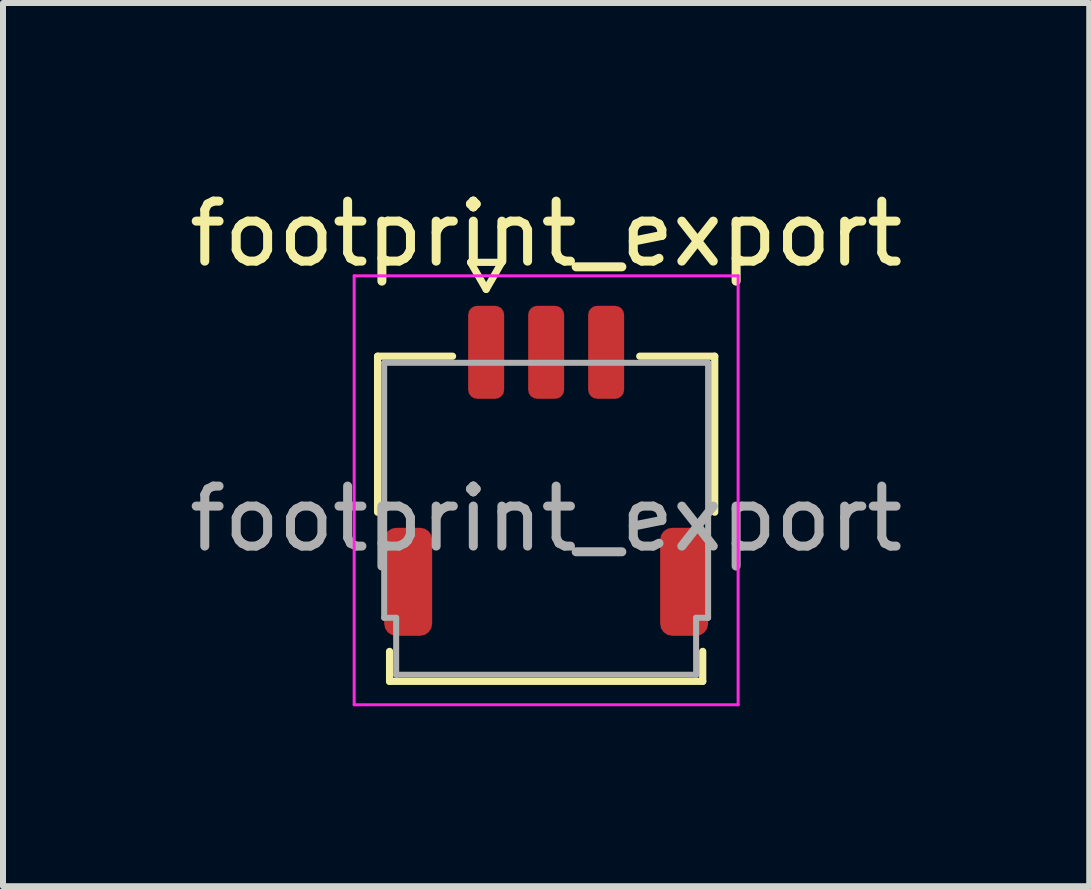
<source format=kicad_pcb>
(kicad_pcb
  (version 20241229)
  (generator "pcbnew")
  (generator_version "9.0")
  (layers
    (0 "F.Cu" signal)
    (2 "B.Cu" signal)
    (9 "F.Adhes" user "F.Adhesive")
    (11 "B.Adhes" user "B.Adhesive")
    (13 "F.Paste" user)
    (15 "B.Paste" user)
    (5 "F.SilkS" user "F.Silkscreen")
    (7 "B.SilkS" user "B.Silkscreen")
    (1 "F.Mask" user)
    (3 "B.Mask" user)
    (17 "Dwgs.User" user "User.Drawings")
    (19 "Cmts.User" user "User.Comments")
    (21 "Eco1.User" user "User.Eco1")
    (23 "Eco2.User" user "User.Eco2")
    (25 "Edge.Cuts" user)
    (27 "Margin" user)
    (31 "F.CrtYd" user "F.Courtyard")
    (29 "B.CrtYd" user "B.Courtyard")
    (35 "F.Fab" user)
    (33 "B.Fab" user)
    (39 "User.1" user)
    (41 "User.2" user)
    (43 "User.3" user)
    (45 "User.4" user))
  (footprint "footprint_export"
    (layer "F.Cu")
    (at 6.054 5.598)
    (property "Reference" "footprint_export" (at 0 -4.75 0) (layer "F.SilkS") (effects (font (size 1 1) (thickness 0.15))))
    (attr smd)
    (fp_line (start -2.81 -2.71) (end -1.56 -2.71) (stroke (width 0.12) (type solid)) (layer "F.SilkS"))
    (fp_line (start -2.81 -0.11) (end -2.81 -2.71) (stroke (width 0.12) (type solid)) (layer "F.SilkS"))
    (fp_line (start -2.61 2.71) (end -2.61 2.21) (stroke (width 0.12) (type solid)) (layer "F.SilkS"))
    (fp_line (start -1.26 -4.275) (end -1 -3.825) (stroke (width 0.12) (type solid)) (layer "F.SilkS"))
    (fp_line (start -1 -3.825) (end -0.74 -4.275) (stroke (width 0.12) (type solid)) (layer "F.SilkS"))
    (fp_line (start -0.74 -4.275) (end -1.26 -4.275) (stroke (width 0.12) (type solid)) (layer "F.SilkS"))
    (fp_line (start 1.56 -2.71) (end 2.81 -2.71) (stroke (width 0.12) (type solid)) (layer "F.SilkS"))
    (fp_line (start 2.61 2.21) (end 2.61 2.71) (stroke (width 0.12) (type solid)) (layer "F.SilkS"))
    (fp_line (start 2.61 2.71) (end -2.61 2.71) (stroke (width 0.12) (type solid)) (layer "F.SilkS"))
    (fp_line (start 2.81 -2.71) (end 2.81 -0.11) (stroke (width 0.12) (type solid)) (layer "F.SilkS"))
    (fp_line (start -3.2 -4.05) (end -3.2 3.1) (stroke (width 0.05) (type solid)) (layer "F.CrtYd"))
    (fp_line (start -3.2 3.1) (end 3.2 3.1) (stroke (width 0.05) (type solid)) (layer "F.CrtYd"))
    (fp_line (start 3.2 -4.05) (end -3.2 -4.05) (stroke (width 0.05) (type solid)) (layer "F.CrtYd"))
    (fp_line (start 3.2 3.1) (end 3.2 -4.05) (stroke (width 0.05) (type solid)) (layer "F.CrtYd"))
    (fp_line (start -2.7 -2.6) (end 2.7 -2.6) (stroke (width 0.1) (type solid)) (layer "F.Fab"))
    (fp_line (start -2.7 1.65) (end -2.7 -2.6) (stroke (width 0.1) (type solid)) (layer "F.Fab"))
    (fp_line (start -2.5 1.65) (end -2.7 1.65) (stroke (width 0.1) (type solid)) (layer "F.Fab"))
    (fp_line (start -2.5 2.6) (end -2.5 1.65) (stroke (width 0.1) (type solid)) (layer "F.Fab"))
    (fp_line (start 2.5 1.65) (end 2.5 2.6) (stroke (width 0.1) (type solid)) (layer "F.Fab"))
    (fp_line (start 2.5 2.6) (end -2.5 2.6) (stroke (width 0.1) (type solid)) (layer "F.Fab"))
    (fp_line (start 2.7 -2.6) (end 2.7 1.65) (stroke (width 0.1) (type solid)) (layer "F.Fab"))
    (fp_line (start 2.7 1.65) (end 2.5 1.65) (stroke (width 0.1) (type solid)) (layer "F.Fab"))
    (fp_text user "${REFERENCE}" (at 0 0 0) (layer "F.Fab") (effects (font (size 1 1) (thickness 0.15))))
    (pad "1" smd roundrect (at -1 -2.775) (size 0.6 1.55) (layers "F.Cu" "F.Mask" "F.Paste") (roundrect_rratio 0.25))
    (pad "2" smd roundrect (at 0 -2.775) (size 0.6 1.55) (layers "F.Cu" "F.Mask" "F.Paste") (roundrect_rratio 0.25))
    (pad "3" smd roundrect (at 1 -2.775) (size 0.6 1.55) (layers "F.Cu" "F.Mask" "F.Paste") (roundrect_rratio 0.25))
    (pad "MP" smd roundrect (at -2.3 1.05) (size 0.8 1.8) (layers "F.Cu" "F.Mask" "F.Paste") (roundrect_rratio 0.25))
    (pad "MP" smd roundrect (at 2.3 1.05) (size 0.8 1.8) (layers "F.Cu" "F.Mask" "F.Paste") (roundrect_rratio 0.25)))
  (gr_rect
    (start -3 -3)
    (end 15.107 11.723)
    (stroke (width 0.1) (type default))
    (fill no)
    (layer "Edge.Cuts")))
</source>
